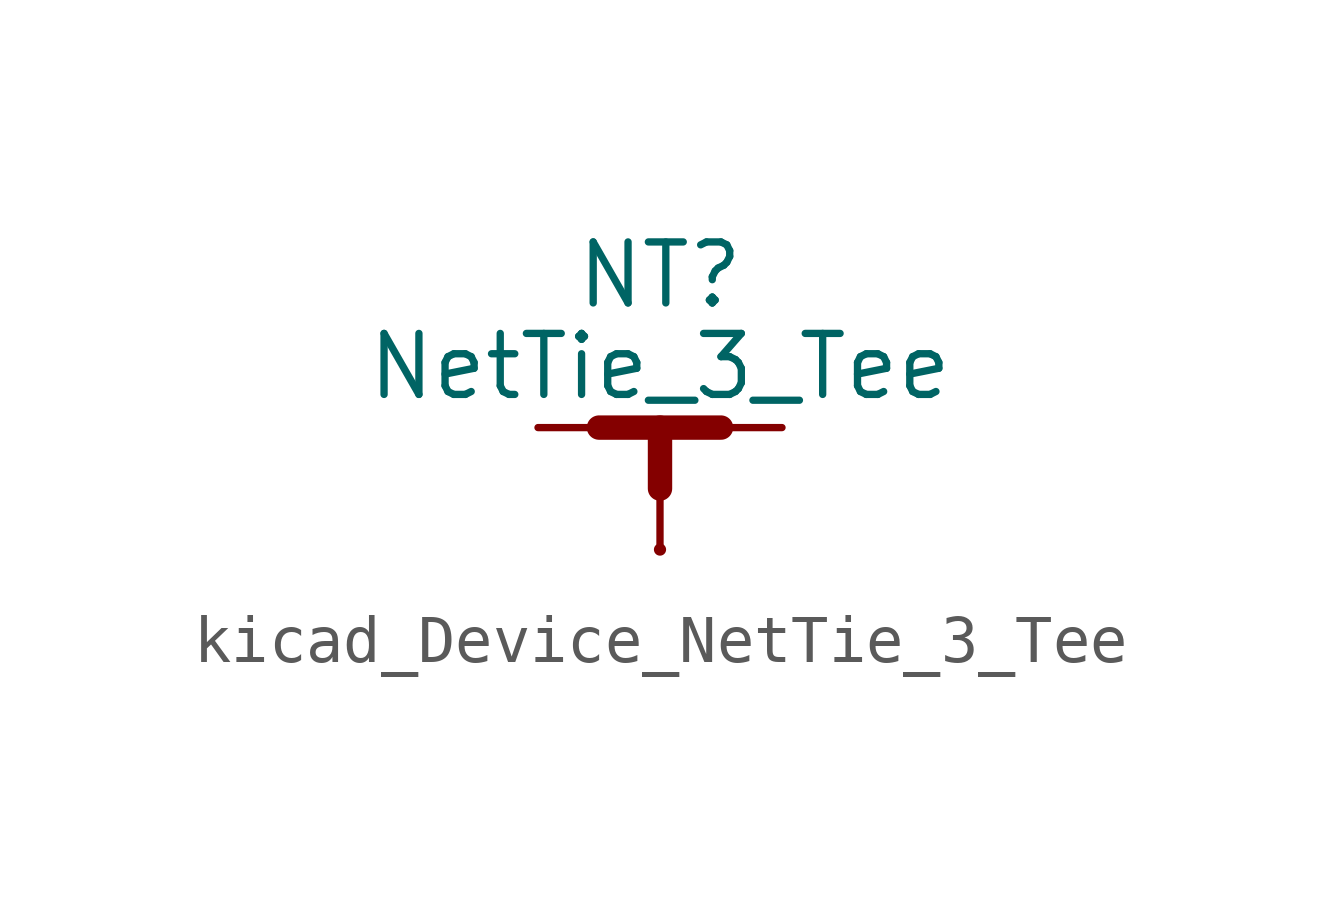
<source format=kicad_sym>
(kicad_symbol_lib
  (version 20220914)
  (generator kicad_symbol_editor)
  (symbol "kicad_Device_NetTie_3_Tee"
    (pin_numbers hide)
    (pin_names
      (offset 0) hide)
    (property "Reference" "NT"
      (at 0 3.175 0)
      (effects (font (size 1.27 1.27))))
    (property "Value" "NetTie_3_Tee"
      (at 0 1.27 0)
      (effects (font (size 1.27 1.27))))
    (symbol "kicad_Device_NetTie_3_Tee_0_1"
      (polyline (pts (xy -1.27 0) (xy 1.27 0)) (stroke (width 0.254) (type default)) (fill (type none)))
      (polyline (pts (xy -1.27 0) (xy 1.27 0)) (stroke (width 0.508) (type default)) (fill (type none)))
      (polyline (pts (xy 0 -2.54) (xy 0 -2.54)) (stroke (width 0.254) (type default)) (fill (type none)))
      (polyline (pts (xy 0 -1.27) (xy 0 0)) (stroke (width 0.508) (type default)) (fill (type none))))
    (symbol "kicad_Device_NetTie_3_Tee_1_1"
      (pin passive line (at -2.54 0 0) (length 2.54) (name "1" (effects (font (size 1.27 1.27)))) (number "1" (effects (font (size 1.27 1.27)))))
      (pin passive line (at 2.54 0 180) (length 2.54) (name "2" (effects (font (size 1.27 1.27)))) (number "2" (effects (font (size 1.27 1.27)))))
      (pin passive line (at 0 -2.54 90) (length 2.54) (name "3" (effects (font (size 1.27 1.27)))) (number "3" (effects (font (size 1.27 1.27))))))))
</source>
